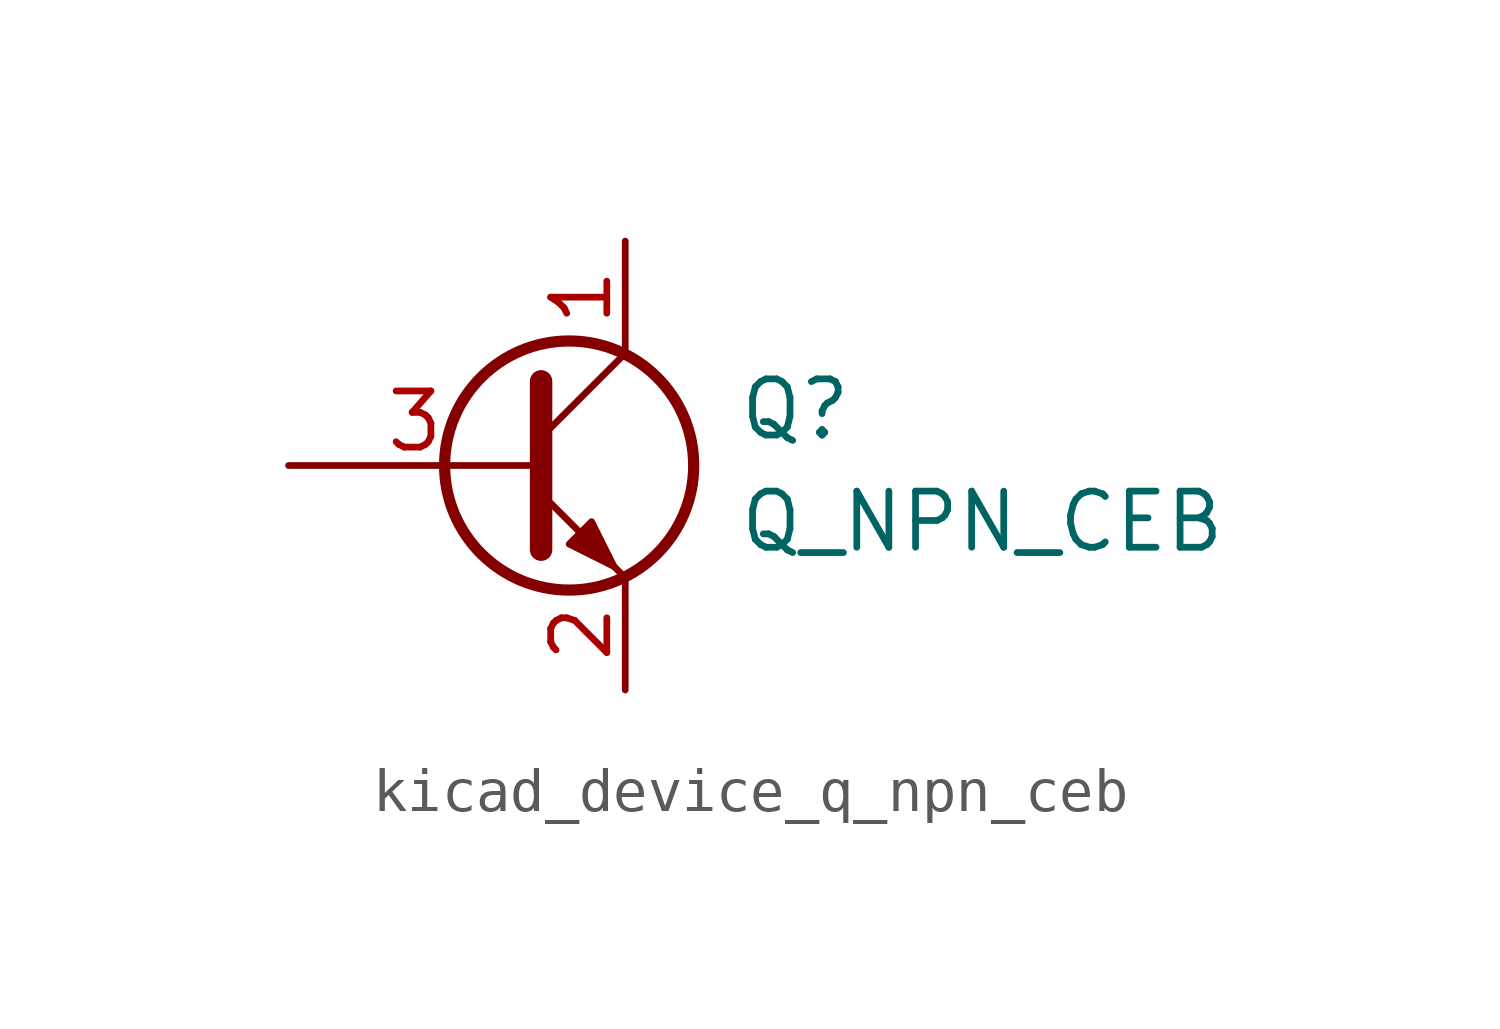
<source format=kicad_sym>
(kicad_symbol_lib
  (version 20220914)
  (generator kicad_symbol_editor)
  (symbol "kicad_device_q_npn_ceb"
    (pin_names
      (offset 0) hide)
    (property "Reference" "Q"
      (at 5.08 1.27 0)
      (effects (font (size 1.27 1.27)) (justify left)))
    (property "Value" "Q_NPN_CEB"
      (at 5.08 -1.27 0)
      (effects (font (size 1.27 1.27)) (justify left)))
    (symbol "kicad_device_q_npn_ceb_0_1"
      (polyline (pts (xy 0.635 0.635) (xy 2.54 2.54)) (stroke (width 0) (type default)) (fill (type none)))
      (polyline (pts (xy 0.635 -0.635) (xy 2.54 -2.54) (xy 2.54 -2.54)) (stroke (width 0) (type default)) (fill (type none)))
      (polyline (pts (xy 0.635 1.905) (xy 0.635 -1.905) (xy 0.635 -1.905)) (stroke (width 0.508) (type default)) (fill (type none)))
      (polyline (pts (xy 1.27 -1.778) (xy 1.778 -1.27) (xy 2.286 -2.286) (xy 1.27 -1.778) (xy 1.27 -1.778)) (stroke (width 0) (type default)) (fill (type outline)))
      (circle (center 1.27 0) (radius 2.819) (stroke (width 0.254) (type default)) (fill (type none))))
    (symbol "kicad_device_q_npn_ceb_1_1"
      (pin passive line (at 2.54 5.08 270) (length 2.54) (name "C" (effects (font (size 1.27 1.27)))) (number "1" (effects (font (size 1.27 1.27)))))
      (pin passive line (at 2.54 -5.08 90) (length 2.54) (name "E" (effects (font (size 1.27 1.27)))) (number "2" (effects (font (size 1.27 1.27)))))
      (pin input line (at -5.08 0 0) (length 5.715) (name "B" (effects (font (size 1.27 1.27)))) (number "3" (effects (font (size 1.27 1.27))))))))
</source>
